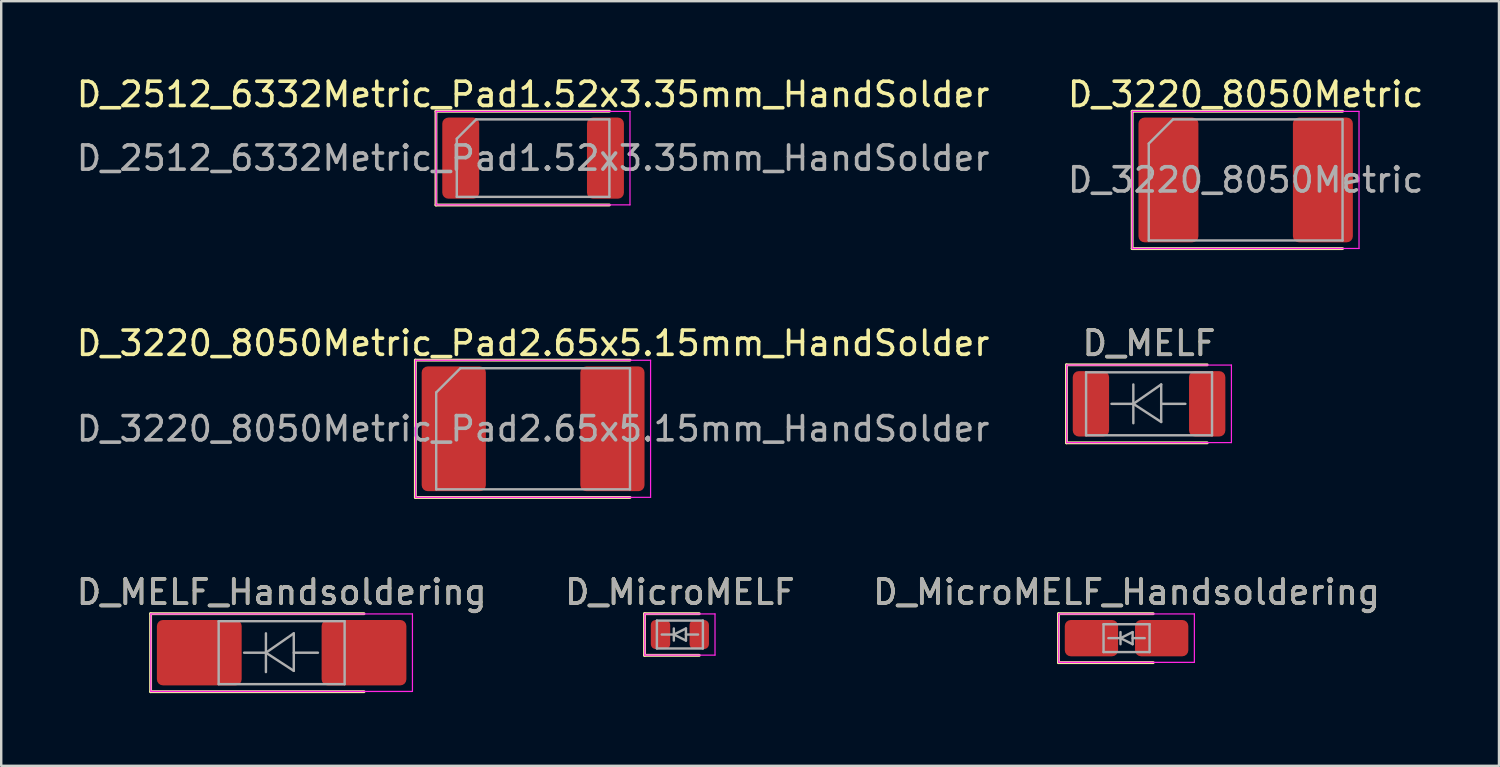
<source format=kicad_pcb>
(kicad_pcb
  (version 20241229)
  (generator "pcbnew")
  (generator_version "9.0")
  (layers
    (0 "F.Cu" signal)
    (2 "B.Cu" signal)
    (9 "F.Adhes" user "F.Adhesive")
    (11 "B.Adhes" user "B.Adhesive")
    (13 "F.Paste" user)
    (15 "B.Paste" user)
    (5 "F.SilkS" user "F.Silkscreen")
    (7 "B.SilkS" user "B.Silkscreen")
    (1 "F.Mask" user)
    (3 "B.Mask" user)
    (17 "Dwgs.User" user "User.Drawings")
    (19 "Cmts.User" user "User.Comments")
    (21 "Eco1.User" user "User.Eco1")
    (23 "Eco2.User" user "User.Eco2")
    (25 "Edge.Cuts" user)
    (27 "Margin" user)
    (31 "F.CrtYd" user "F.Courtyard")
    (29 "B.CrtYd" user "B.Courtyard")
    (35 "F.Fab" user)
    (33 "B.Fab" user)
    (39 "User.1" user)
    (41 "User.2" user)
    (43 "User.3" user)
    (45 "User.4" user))
  (footprint "D_MELF"
    (layer "F.Cu")
    (at 44.387 13.621)
    (property "Reference" "D_MELF" (at 0 -2.5 0) (layer "F.SilkS") (effects (font (size 1 1) (thickness 0.15))))
    (attr smd)
    (fp_line (start -3.41 -1.61) (end -3.41 1.61) (stroke (width 0.12) (type solid)) (layer "F.SilkS"))
    (fp_line (start -3.41 1.61) (end 2.4 1.61) (stroke (width 0.12) (type solid)) (layer "F.SilkS"))
    (fp_line (start 2.4 -1.61) (end -3.41 -1.61) (stroke (width 0.12) (type solid)) (layer "F.SilkS"))
    (fp_line (start -3.4 -1.6) (end 3.4 -1.6) (stroke (width 0.05) (type solid)) (layer "F.CrtYd"))
    (fp_line (start -3.4 1.6) (end -3.4 -1.6) (stroke (width 0.05) (type solid)) (layer "F.CrtYd"))
    (fp_line (start 3.4 -1.6) (end 3.4 1.6) (stroke (width 0.05) (type solid)) (layer "F.CrtYd"))
    (fp_line (start 3.4 1.6) (end -3.4 1.6) (stroke (width 0.05) (type solid)) (layer "F.CrtYd"))
    (fp_line (start -2.6 -1.3) (end -2.6 1.3) (stroke (width 0.1) (type solid)) (layer "F.Fab"))
    (fp_line (start -2.6 1.3) (end 2.6 1.3) (stroke (width 0.1) (type solid)) (layer "F.Fab"))
    (fp_line (start -0.649 -0.799) (end -0.649 0.801) (stroke (width 0.1) (type solid)) (layer "F.Fab"))
    (fp_line (start -0.649 0.001) (end -1.551 0.001) (stroke (width 0.1) (type solid)) (layer "F.Fab"))
    (fp_line (start -0.649 0.001) (end 0.501 -0.799) (stroke (width 0.1) (type solid)) (layer "F.Fab"))
    (fp_line (start -0.649 0.001) (end 0.501 0.75) (stroke (width 0.1) (type solid)) (layer "F.Fab"))
    (fp_line (start 0.501 0.001) (end 1.499 0.001) (stroke (width 0.1) (type solid)) (layer "F.Fab"))
    (fp_line (start 0.501 0.75) (end 0.501 -0.799) (stroke (width 0.1) (type solid)) (layer "F.Fab"))
    (fp_line (start 2.6 -1.3) (end -2.6 -1.3) (stroke (width 0.1) (type solid)) (layer "F.Fab"))
    (fp_line (start 2.6 1.3) (end 2.6 -1.3) (stroke (width 0.1) (type solid)) (layer "F.Fab"))
    (fp_text user "${REFERENCE}" (at 0 -2.5 0) (layer "F.Fab") (effects (font (size 1 1) (thickness 0.15))))
    (pad "1" smd roundrect (at -2.4 0) (size 1.5 2.7) (layers "F.Cu" "F.Mask" "F.Paste") (roundrect_rratio 0.167))
    (pad "2" smd roundrect (at 2.4 0) (size 1.5 2.7) (layers "F.Cu" "F.Mask" "F.Paste") (roundrect_rratio 0.167)))
  (footprint "D_3220_8050Metric_Pad2.65x5.15mm_HandSolder"
    (layer "F.Cu")
    (at 18.958 14.652)
    (property "Reference" "D_3220_8050Metric_Pad2.65x5.15mm_HandSolder" (at 0 -3.53 0) (layer "F.SilkS") (effects (font (size 1 1) (thickness 0.15))))
    (attr smd)
    (fp_line (start -4.86 -2.835) (end -4.86 2.835) (stroke (width 0.12) (type solid)) (layer "F.SilkS"))
    (fp_line (start -4.86 2.835) (end 4 2.835) (stroke (width 0.12) (type solid)) (layer "F.SilkS"))
    (fp_line (start 4 -2.835) (end -4.86 -2.835) (stroke (width 0.12) (type solid)) (layer "F.SilkS"))
    (fp_line (start -4.85 -2.83) (end 4.85 -2.83) (stroke (width 0.05) (type solid)) (layer "F.CrtYd"))
    (fp_line (start -4.85 2.83) (end -4.85 -2.83) (stroke (width 0.05) (type solid)) (layer "F.CrtYd"))
    (fp_line (start 4.85 -2.83) (end 4.85 2.83) (stroke (width 0.05) (type solid)) (layer "F.CrtYd"))
    (fp_line (start 4.85 2.83) (end -4.85 2.83) (stroke (width 0.05) (type solid)) (layer "F.CrtYd"))
    (fp_line (start -4 -1.5) (end -4 2.5) (stroke (width 0.1) (type solid)) (layer "F.Fab"))
    (fp_line (start -4 2.5) (end 4 2.5) (stroke (width 0.1) (type solid)) (layer "F.Fab"))
    (fp_line (start -3 -2.5) (end -4 -1.5) (stroke (width 0.1) (type solid)) (layer "F.Fab"))
    (fp_line (start 4 -2.5) (end -3 -2.5) (stroke (width 0.1) (type solid)) (layer "F.Fab"))
    (fp_line (start 4 2.5) (end 4 -2.5) (stroke (width 0.1) (type solid)) (layer "F.Fab"))
    (fp_text user "${REFERENCE}" (at 0 0 0) (layer "F.Fab") (effects (font (size 1 1) (thickness 0.15))))
    (pad "1" smd roundrect (at -3.275 0) (size 2.65 5.15) (layers "F.Cu" "F.Mask" "F.Paste") (roundrect_rratio 0.094))
    (pad "2" smd roundrect (at 3.275 0) (size 2.65 5.15) (layers "F.Cu" "F.Mask" "F.Paste") (roundrect_rratio 0.094)))
  (footprint "D_2512_6332Metric_Pad1.52x3.35mm_HandSolder"
    (layer "F.Cu")
    (at 18.958 3.478)
    (property "Reference" "D_2512_6332Metric_Pad1.52x3.35mm_HandSolder" (at 0 -2.63 0) (layer "F.SilkS") (effects (font (size 1 1) (thickness 0.15))))
    (attr smd)
    (fp_line (start -4.01 -1.935) (end -4.01 1.935) (stroke (width 0.12) (type solid)) (layer "F.SilkS"))
    (fp_line (start -4.01 1.935) (end 3.15 1.935) (stroke (width 0.12) (type solid)) (layer "F.SilkS"))
    (fp_line (start 3.15 -1.935) (end -4.01 -1.935) (stroke (width 0.12) (type solid)) (layer "F.SilkS"))
    (fp_line (start -4 -1.93) (end 4 -1.93) (stroke (width 0.05) (type solid)) (layer "F.CrtYd"))
    (fp_line (start -4 1.93) (end -4 -1.93) (stroke (width 0.05) (type solid)) (layer "F.CrtYd"))
    (fp_line (start 4 -1.93) (end 4 1.93) (stroke (width 0.05) (type solid)) (layer "F.CrtYd"))
    (fp_line (start 4 1.93) (end -4 1.93) (stroke (width 0.05) (type solid)) (layer "F.CrtYd"))
    (fp_line (start -3.15 -0.8) (end -3.15 1.6) (stroke (width 0.1) (type solid)) (layer "F.Fab"))
    (fp_line (start -3.15 1.6) (end 3.15 1.6) (stroke (width 0.1) (type solid)) (layer "F.Fab"))
    (fp_line (start -2.35 -1.6) (end -3.15 -0.8) (stroke (width 0.1) (type solid)) (layer "F.Fab"))
    (fp_line (start 3.15 -1.6) (end -2.35 -1.6) (stroke (width 0.1) (type solid)) (layer "F.Fab"))
    (fp_line (start 3.15 1.6) (end 3.15 -1.6) (stroke (width 0.1) (type solid)) (layer "F.Fab"))
    (fp_text user "${REFERENCE}" (at 0 0 0) (layer "F.Fab") (effects (font (size 1 1) (thickness 0.15))))
    (pad "1" smd roundrect (at -2.987 0) (size 1.525 3.35) (layers "F.Cu" "F.Mask" "F.Paste") (roundrect_rratio 0.164))
    (pad "2" smd roundrect (at 2.987 0) (size 1.525 3.35) (layers "F.Cu" "F.Mask" "F.Paste") (roundrect_rratio 0.164)))
  (footprint "D_MELF_Handsoldering"
    (layer "F.Cu")
    (at 8.577 23.895)
    (property "Reference" "D_MELF_Handsoldering" (at 0 -2.5 0) (layer "F.SilkS") (effects (font (size 1 1) (thickness 0.15))))
    (attr smd)
    (fp_line (start -5.41 -1.61) (end -5.41 1.61) (stroke (width 0.12) (type solid)) (layer "F.SilkS"))
    (fp_line (start -5.41 1.61) (end 3.4 1.61) (stroke (width 0.12) (type solid)) (layer "F.SilkS"))
    (fp_line (start 3.4 -1.61) (end -5.41 -1.61) (stroke (width 0.12) (type solid)) (layer "F.SilkS"))
    (fp_line (start -5.4 -1.6) (end 5.4 -1.6) (stroke (width 0.05) (type solid)) (layer "F.CrtYd"))
    (fp_line (start -5.4 1.6) (end -5.4 -1.6) (stroke (width 0.05) (type solid)) (layer "F.CrtYd"))
    (fp_line (start 5.4 -1.6) (end 5.4 1.6) (stroke (width 0.05) (type solid)) (layer "F.CrtYd"))
    (fp_line (start 5.4 1.6) (end -5.4 1.6) (stroke (width 0.05) (type solid)) (layer "F.CrtYd"))
    (fp_line (start -2.6 -1.3) (end -2.6 1.3) (stroke (width 0.1) (type solid)) (layer "F.Fab"))
    (fp_line (start -2.6 1.3) (end 2.6 1.3) (stroke (width 0.1) (type solid)) (layer "F.Fab"))
    (fp_line (start -0.649 -0.799) (end -0.649 0.801) (stroke (width 0.1) (type solid)) (layer "F.Fab"))
    (fp_line (start -0.649 0.001) (end -1.551 0.001) (stroke (width 0.1) (type solid)) (layer "F.Fab"))
    (fp_line (start -0.649 0.001) (end 0.501 -0.799) (stroke (width 0.1) (type solid)) (layer "F.Fab"))
    (fp_line (start -0.649 0.001) (end 0.501 0.75) (stroke (width 0.1) (type solid)) (layer "F.Fab"))
    (fp_line (start 0.501 0.001) (end 1.499 0.001) (stroke (width 0.1) (type solid)) (layer "F.Fab"))
    (fp_line (start 0.501 0.75) (end 0.501 -0.799) (stroke (width 0.1) (type solid)) (layer "F.Fab"))
    (fp_line (start 2.6 -1.3) (end -2.6 -1.3) (stroke (width 0.1) (type solid)) (layer "F.Fab"))
    (fp_line (start 2.6 1.3) (end 2.6 -1.3) (stroke (width 0.1) (type solid)) (layer "F.Fab"))
    (fp_text user "${REFERENCE}" (at 0 -2.5 0) (layer "F.Fab") (effects (font (size 1 1) (thickness 0.15))))
    (pad "1" smd roundrect (at -3.4 0) (size 3.5 2.7) (layers "F.Cu" "F.Mask" "F.Paste") (roundrect_rratio 0.093))
    (pad "2" smd roundrect (at 3.4 0) (size 3.5 2.7) (layers "F.Cu" "F.Mask" "F.Paste") (roundrect_rratio 0.093)))
  (footprint "D_MicroMELF_Handsoldering"
    (layer "F.Cu")
    (at 43.458 23.295)
    (property "Reference" "D_MicroMELF_Handsoldering" (at 0 -1.9 0) (layer "F.SilkS") (effects (font (size 1 1) (thickness 0.15))))
    (attr smd)
    (fp_line (start -2.81 -1.01) (end -2.81 1.01) (stroke (width 0.12) (type solid)) (layer "F.SilkS"))
    (fp_line (start -2.81 1.01) (end 1.1 1.01) (stroke (width 0.12) (type solid)) (layer "F.SilkS"))
    (fp_line (start 1.1 -1.01) (end -2.81 -1.01) (stroke (width 0.12) (type solid)) (layer "F.SilkS"))
    (fp_line (start -2.8 -1) (end -2.8 1) (stroke (width 0.05) (type solid)) (layer "F.CrtYd"))
    (fp_line (start -2.8 -1) (end 2.8 -1) (stroke (width 0.05) (type solid)) (layer "F.CrtYd"))
    (fp_line (start 2.8 1) (end -2.8 1) (stroke (width 0.05) (type solid)) (layer "F.CrtYd"))
    (fp_line (start 2.8 1) (end 2.8 -1) (stroke (width 0.05) (type solid)) (layer "F.CrtYd"))
    (fp_line (start -0.95 -0.575) (end 0.95 -0.575) (stroke (width 0.1) (type solid)) (layer "F.Fab"))
    (fp_line (start -0.95 0.575) (end -0.95 -0.575) (stroke (width 0.1) (type solid)) (layer "F.Fab"))
    (fp_line (start -0.25 -0.25) (end -0.25 0.25) (stroke (width 0.1) (type solid)) (layer "F.Fab"))
    (fp_line (start -0.25 0) (end -0.75 0) (stroke (width 0.1) (type solid)) (layer "F.Fab"))
    (fp_line (start -0.25 0) (end 0.25 -0.25) (stroke (width 0.1) (type solid)) (layer "F.Fab"))
    (fp_line (start 0.25 -0.25) (end 0.25 0.25) (stroke (width 0.1) (type solid)) (layer "F.Fab"))
    (fp_line (start 0.25 0) (end 0.75 0) (stroke (width 0.1) (type solid)) (layer "F.Fab"))
    (fp_line (start 0.25 0.25) (end -0.25 0) (stroke (width 0.1) (type solid)) (layer "F.Fab"))
    (fp_line (start 0.95 -0.575) (end 0.95 0.575) (stroke (width 0.1) (type solid)) (layer "F.Fab"))
    (fp_line (start 0.95 0.575) (end -0.95 0.575) (stroke (width 0.1) (type solid)) (layer "F.Fab"))
    (fp_text user "${REFERENCE}" (at 0 -1.9 0) (layer "F.Fab") (effects (font (size 1 1) (thickness 0.15))))
    (pad "1" smd roundrect (at -1.45 0) (size 2.2 1.5) (layers "F.Cu" "F.Mask" "F.Paste") (roundrect_rratio 0.167))
    (pad "2" smd roundrect (at 1.45 0) (size 2.2 1.5) (layers "F.Cu" "F.Mask" "F.Paste") (roundrect_rratio 0.167)))
  (footprint "D_3220_8050Metric"
    (layer "F.Cu")
    (at 48.375 4.378)
    (property "Reference" "D_3220_8050Metric" (at 0 -3.53 0) (layer "F.SilkS") (effects (font (size 1 1) (thickness 0.15))))
    (attr smd)
    (fp_line (start -4.685 -2.835) (end -4.685 2.835) (stroke (width 0.12) (type solid)) (layer "F.SilkS"))
    (fp_line (start -4.685 2.835) (end 4 2.835) (stroke (width 0.12) (type solid)) (layer "F.SilkS"))
    (fp_line (start 4 -2.835) (end -4.685 -2.835) (stroke (width 0.12) (type solid)) (layer "F.SilkS"))
    (fp_line (start -4.68 -2.83) (end 4.68 -2.83) (stroke (width 0.05) (type solid)) (layer "F.CrtYd"))
    (fp_line (start -4.68 2.83) (end -4.68 -2.83) (stroke (width 0.05) (type solid)) (layer "F.CrtYd"))
    (fp_line (start 4.68 -2.83) (end 4.68 2.83) (stroke (width 0.05) (type solid)) (layer "F.CrtYd"))
    (fp_line (start 4.68 2.83) (end -4.68 2.83) (stroke (width 0.05) (type solid)) (layer "F.CrtYd"))
    (fp_line (start -4 -1.5) (end -4 2.5) (stroke (width 0.1) (type solid)) (layer "F.Fab"))
    (fp_line (start -4 2.5) (end 4 2.5) (stroke (width 0.1) (type solid)) (layer "F.Fab"))
    (fp_line (start -3 -2.5) (end -4 -1.5) (stroke (width 0.1) (type solid)) (layer "F.Fab"))
    (fp_line (start 4 -2.5) (end -3 -2.5) (stroke (width 0.1) (type solid)) (layer "F.Fab"))
    (fp_line (start 4 2.5) (end 4 -2.5) (stroke (width 0.1) (type solid)) (layer "F.Fab"))
    (fp_text user "${REFERENCE}" (at 0 0 0) (layer "F.Fab") (effects (font (size 1 1) (thickness 0.15))))
    (pad "1" smd roundrect (at -3.188 0) (size 2.475 5.15) (layers "F.Cu" "F.Mask" "F.Paste") (roundrect_rratio 0.101))
    (pad "2" smd roundrect (at 3.188 0) (size 2.475 5.15) (layers "F.Cu" "F.Mask" "F.Paste") (roundrect_rratio 0.101)))
  (footprint "D_MicroMELF"
    (layer "F.Cu")
    (at 25.018 23.145)
    (property "Reference" "D_MicroMELF" (at 0 -1.75 0) (layer "F.SilkS") (effects (font (size 1 1) (thickness 0.15))))
    (attr smd)
    (fp_line (start -1.46 -0.86) (end -1.46 0.86) (stroke (width 0.12) (type solid)) (layer "F.SilkS"))
    (fp_line (start -1.46 0.86) (end 0.8 0.86) (stroke (width 0.12) (type solid)) (layer "F.SilkS"))
    (fp_line (start 0.8 -0.86) (end -1.46 -0.86) (stroke (width 0.12) (type solid)) (layer "F.SilkS"))
    (fp_line (start -1.45 -0.85) (end -1.45 0.85) (stroke (width 0.05) (type solid)) (layer "F.CrtYd"))
    (fp_line (start -1.45 -0.85) (end 1.45 -0.85) (stroke (width 0.05) (type solid)) (layer "F.CrtYd"))
    (fp_line (start 1.45 0.85) (end -1.45 0.85) (stroke (width 0.05) (type solid)) (layer "F.CrtYd"))
    (fp_line (start 1.45 0.85) (end 1.45 -0.85) (stroke (width 0.05) (type solid)) (layer "F.CrtYd"))
    (fp_line (start -0.95 -0.575) (end 0.95 -0.575) (stroke (width 0.1) (type solid)) (layer "F.Fab"))
    (fp_line (start -0.95 0.575) (end -0.95 -0.575) (stroke (width 0.1) (type solid)) (layer "F.Fab"))
    (fp_line (start -0.25 -0.25) (end -0.25 0.25) (stroke (width 0.1) (type solid)) (layer "F.Fab"))
    (fp_line (start -0.25 0) (end -0.75 0) (stroke (width 0.1) (type solid)) (layer "F.Fab"))
    (fp_line (start -0.25 0) (end 0.25 -0.25) (stroke (width 0.1) (type solid)) (layer "F.Fab"))
    (fp_line (start 0.25 -0.25) (end 0.25 0.25) (stroke (width 0.1) (type solid)) (layer "F.Fab"))
    (fp_line (start 0.25 0) (end 0.75 0) (stroke (width 0.1) (type solid)) (layer "F.Fab"))
    (fp_line (start 0.25 0.25) (end -0.25 0) (stroke (width 0.1) (type solid)) (layer "F.Fab"))
    (fp_line (start 0.95 -0.575) (end 0.95 0.575) (stroke (width 0.1) (type solid)) (layer "F.Fab"))
    (fp_line (start 0.95 0.575) (end -0.95 0.575) (stroke (width 0.1) (type solid)) (layer "F.Fab"))
    (fp_text user "${REFERENCE}" (at 0 -1.75 0) (layer "F.Fab") (effects (font (size 1 1) (thickness 0.15))))
    (pad "1" smd roundrect (at -0.8 0) (size 0.8 1.2) (layers "F.Cu" "F.Mask" "F.Paste") (roundrect_rratio 0.25))
    (pad "2" smd roundrect (at 0.8 0) (size 0.8 1.2) (layers "F.Cu" "F.Mask" "F.Paste") (roundrect_rratio 0.25)))
  (gr_rect
    (start -3 -3)
    (end 58.833 28.565)
    (stroke (width 0.1) (type default))
    (fill no)
    (layer "Edge.Cuts")))
</source>
